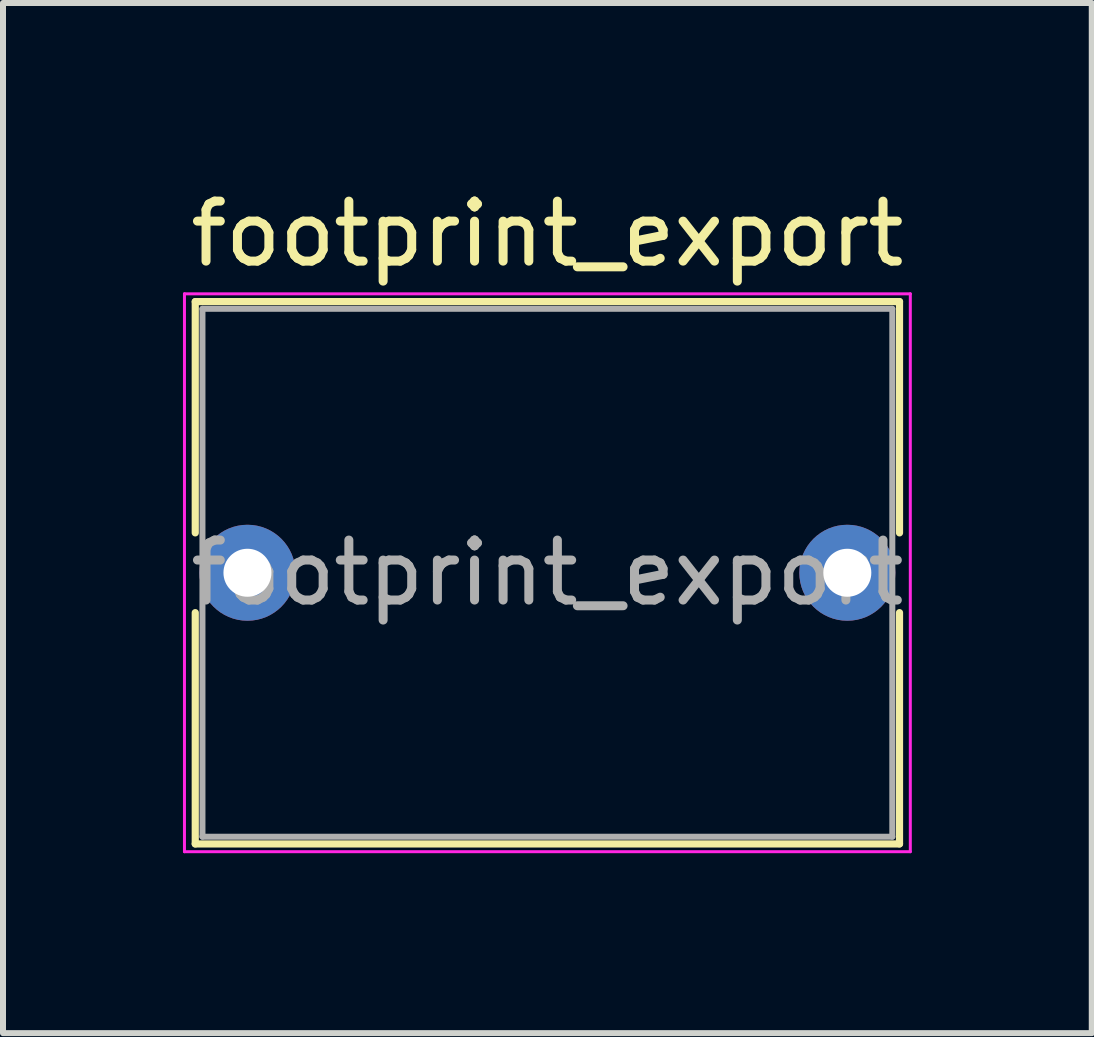
<source format=kicad_pcb>
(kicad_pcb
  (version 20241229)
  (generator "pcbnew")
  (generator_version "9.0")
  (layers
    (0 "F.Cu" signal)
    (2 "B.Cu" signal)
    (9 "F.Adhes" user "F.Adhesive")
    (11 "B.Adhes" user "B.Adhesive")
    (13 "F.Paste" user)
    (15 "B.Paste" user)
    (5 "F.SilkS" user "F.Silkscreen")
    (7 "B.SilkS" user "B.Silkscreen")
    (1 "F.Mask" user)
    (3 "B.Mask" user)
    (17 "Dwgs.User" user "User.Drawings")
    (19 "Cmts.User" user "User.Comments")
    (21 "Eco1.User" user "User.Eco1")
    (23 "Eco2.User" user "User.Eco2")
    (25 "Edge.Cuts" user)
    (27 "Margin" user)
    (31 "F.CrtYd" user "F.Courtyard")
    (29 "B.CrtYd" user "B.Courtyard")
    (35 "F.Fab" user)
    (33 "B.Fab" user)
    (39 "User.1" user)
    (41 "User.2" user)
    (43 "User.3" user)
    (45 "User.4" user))
  (footprint "footprint_export"
    (layer "F.Cu")
    (at 1.075 6.498)
    (property "Reference" "footprint_export" (at 5 -5.65 0) (layer "F.SilkS") (effects (font (size 1 1) (thickness 0.15))))
    (attr through_hole)
    (fp_line (start -0.87 -4.52) (end -0.87 -0.665) (stroke (width 0.12) (type solid)) (layer "F.SilkS"))
    (fp_line (start -0.87 -4.52) (end 10.87 -4.52) (stroke (width 0.12) (type solid)) (layer "F.SilkS"))
    (fp_line (start -0.87 0.665) (end -0.87 4.52) (stroke (width 0.12) (type solid)) (layer "F.SilkS"))
    (fp_line (start -0.87 4.52) (end 10.87 4.52) (stroke (width 0.12) (type solid)) (layer "F.SilkS"))
    (fp_line (start 10.87 -4.52) (end 10.87 -0.665) (stroke (width 0.12) (type solid)) (layer "F.SilkS"))
    (fp_line (start 10.87 0.665) (end 10.87 4.52) (stroke (width 0.12) (type solid)) (layer "F.SilkS"))
    (fp_line (start -1.05 -4.65) (end -1.05 4.65) (stroke (width 0.05) (type solid)) (layer "F.CrtYd"))
    (fp_line (start -1.05 4.65) (end 11.05 4.65) (stroke (width 0.05) (type solid)) (layer "F.CrtYd"))
    (fp_line (start 11.05 -4.65) (end -1.05 -4.65) (stroke (width 0.05) (type solid)) (layer "F.CrtYd"))
    (fp_line (start 11.05 4.65) (end 11.05 -4.65) (stroke (width 0.05) (type solid)) (layer "F.CrtYd"))
    (fp_line (start -0.75 -4.4) (end -0.75 4.4) (stroke (width 0.1) (type solid)) (layer "F.Fab"))
    (fp_line (start -0.75 4.4) (end 10.75 4.4) (stroke (width 0.1) (type solid)) (layer "F.Fab"))
    (fp_line (start 10.75 -4.4) (end -0.75 -4.4) (stroke (width 0.1) (type solid)) (layer "F.Fab"))
    (fp_line (start 10.75 4.4) (end 10.75 -4.4) (stroke (width 0.1) (type solid)) (layer "F.Fab"))
    (fp_text user "${REFERENCE}" (at 5 0 0) (layer "F.Fab") (effects (font (size 1 1) (thickness 0.15))))
    (pad "1" thru_hole circle (at 0 0) (size 1.6 1.6) (drill 0.8) (layers "*.Cu" "*.Mask"))
    (pad "2" thru_hole circle (at 10 0) (size 1.6 1.6) (drill 0.8) (layers "*.Cu" "*.Mask")))
  (gr_rect
    (start -3 -3)
    (end 15.15 14.173)
    (stroke (width 0.1) (type default))
    (fill no)
    (layer "Edge.Cuts")))
</source>
